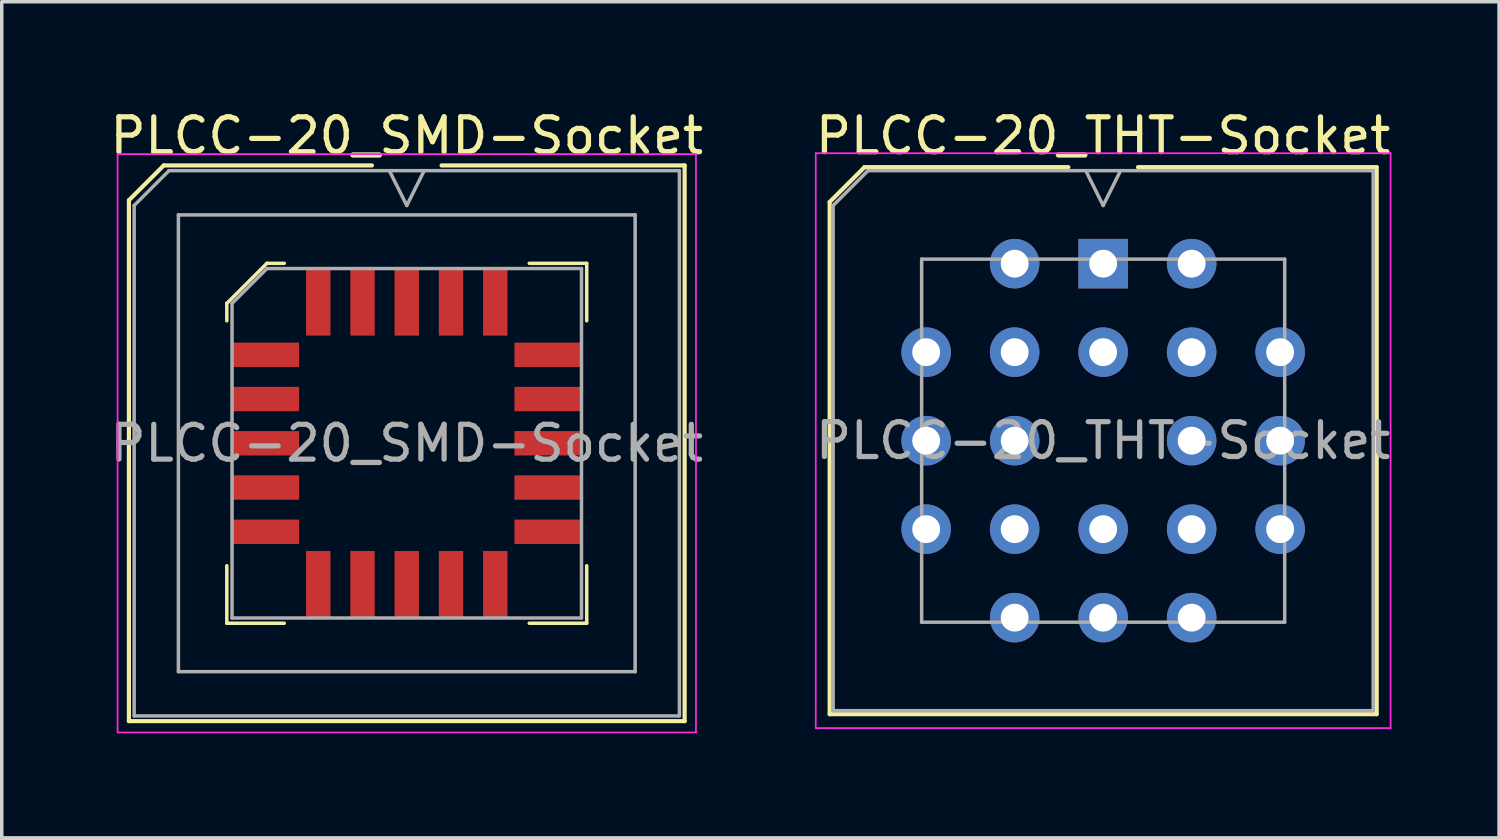
<source format=kicad_pcb>
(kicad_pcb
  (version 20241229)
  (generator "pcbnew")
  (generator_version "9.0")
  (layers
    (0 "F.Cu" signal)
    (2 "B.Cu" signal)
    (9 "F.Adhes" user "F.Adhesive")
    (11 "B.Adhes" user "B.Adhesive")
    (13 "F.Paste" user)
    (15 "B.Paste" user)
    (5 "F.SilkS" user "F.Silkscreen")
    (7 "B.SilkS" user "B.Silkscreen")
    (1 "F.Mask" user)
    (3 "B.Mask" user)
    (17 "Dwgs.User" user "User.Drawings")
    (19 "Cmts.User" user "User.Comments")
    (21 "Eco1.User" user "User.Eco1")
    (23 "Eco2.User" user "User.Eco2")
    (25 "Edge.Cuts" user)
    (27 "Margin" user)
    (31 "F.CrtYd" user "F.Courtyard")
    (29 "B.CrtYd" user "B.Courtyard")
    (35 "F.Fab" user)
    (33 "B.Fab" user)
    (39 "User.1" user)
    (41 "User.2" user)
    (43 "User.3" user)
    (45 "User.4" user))
  (footprint "PLCC-20_THT-Socket"
    (layer "F.Cu")
    (at 28.613 4.518)
    (property "Reference" "PLCC-20_THT-Socket" (at 0 -3.67 0) (layer "F.SilkS") (effects (font (size 1 1) (thickness 0.15))))
    (attr through_hole)
    (fp_line (start -7.85 -1.77) (end -7.85 12.93) (stroke (width 0.12) (type solid)) (layer "F.SilkS"))
    (fp_line (start -7.85 12.93) (end 7.85 12.93) (stroke (width 0.12) (type solid)) (layer "F.SilkS"))
    (fp_line (start -6.85 -2.77) (end -7.85 -1.77) (stroke (width 0.12) (type solid)) (layer "F.SilkS"))
    (fp_line (start -1 -2.77) (end -6.85 -2.77) (stroke (width 0.12) (type solid)) (layer "F.SilkS"))
    (fp_line (start 7.85 -2.77) (end 1 -2.77) (stroke (width 0.12) (type solid)) (layer "F.SilkS"))
    (fp_line (start 7.85 12.93) (end 7.85 -2.77) (stroke (width 0.12) (type solid)) (layer "F.SilkS"))
    (fp_line (start -8.25 -3.17) (end -8.25 13.33) (stroke (width 0.05) (type solid)) (layer "F.CrtYd"))
    (fp_line (start -8.25 13.33) (end 8.25 13.33) (stroke (width 0.05) (type solid)) (layer "F.CrtYd"))
    (fp_line (start 8.25 -3.17) (end -8.25 -3.17) (stroke (width 0.05) (type solid)) (layer "F.CrtYd"))
    (fp_line (start 8.25 13.33) (end 8.25 -3.17) (stroke (width 0.05) (type solid)) (layer "F.CrtYd"))
    (fp_line (start -7.75 -1.67) (end -7.75 12.83) (stroke (width 0.1) (type solid)) (layer "F.Fab"))
    (fp_line (start -7.75 12.83) (end 7.75 12.83) (stroke (width 0.1) (type solid)) (layer "F.Fab"))
    (fp_line (start -6.75 -2.67) (end -7.75 -1.67) (stroke (width 0.1) (type solid)) (layer "F.Fab"))
    (fp_line (start -5.21 -0.13) (end -5.21 10.29) (stroke (width 0.1) (type solid)) (layer "F.Fab"))
    (fp_line (start -5.21 10.29) (end 5.21 10.29) (stroke (width 0.1) (type solid)) (layer "F.Fab"))
    (fp_line (start -0.5 -2.67) (end 0 -1.67) (stroke (width 0.1) (type solid)) (layer "F.Fab"))
    (fp_line (start 0 -1.67) (end 0.5 -2.67) (stroke (width 0.1) (type solid)) (layer "F.Fab"))
    (fp_line (start 5.21 -0.13) (end -5.21 -0.13) (stroke (width 0.1) (type solid)) (layer "F.Fab"))
    (fp_line (start 5.21 10.29) (end 5.21 -0.13) (stroke (width 0.1) (type solid)) (layer "F.Fab"))
    (fp_line (start 7.75 -2.67) (end -6.75 -2.67) (stroke (width 0.1) (type solid)) (layer "F.Fab"))
    (fp_line (start 7.75 12.83) (end 7.75 -2.67) (stroke (width 0.1) (type solid)) (layer "F.Fab"))
    (fp_text user "${REFERENCE}" (at 0 5.08 0) (layer "F.Fab") (effects (font (size 1 1) (thickness 0.15))))
    (pad "1" thru_hole rect (at 0 0) (size 1.422 1.422) (drill 0.8) (layers "*.Cu" "*.Mask"))
    (pad "2" thru_hole circle (at 0 2.54) (size 1.422 1.422) (drill 0.8) (layers "*.Cu" "*.Mask"))
    (pad "3" thru_hole circle (at -2.54 0) (size 1.422 1.422) (drill 0.8) (layers "*.Cu" "*.Mask"))
    (pad "4" thru_hole circle (at -5.08 2.54) (size 1.422 1.422) (drill 0.8) (layers "*.Cu" "*.Mask"))
    (pad "5" thru_hole circle (at -2.54 2.54) (size 1.422 1.422) (drill 0.8) (layers "*.Cu" "*.Mask"))
    (pad "6" thru_hole circle (at -5.08 5.08) (size 1.422 1.422) (drill 0.8) (layers "*.Cu" "*.Mask"))
    (pad "7" thru_hole circle (at -2.54 5.08) (size 1.422 1.422) (drill 0.8) (layers "*.Cu" "*.Mask"))
    (pad "8" thru_hole circle (at -5.08 7.62) (size 1.422 1.422) (drill 0.8) (layers "*.Cu" "*.Mask"))
    (pad "9" thru_hole circle (at -2.54 10.16) (size 1.422 1.422) (drill 0.8) (layers "*.Cu" "*.Mask"))
    (pad "10" thru_hole circle (at -2.54 7.62) (size 1.422 1.422) (drill 0.8) (layers "*.Cu" "*.Mask"))
    (pad "11" thru_hole circle (at 0 10.16) (size 1.422 1.422) (drill 0.8) (layers "*.Cu" "*.Mask"))
    (pad "12" thru_hole circle (at 0 7.62) (size 1.422 1.422) (drill 0.8) (layers "*.Cu" "*.Mask"))
    (pad "13" thru_hole circle (at 2.54 10.16) (size 1.422 1.422) (drill 0.8) (layers "*.Cu" "*.Mask"))
    (pad "14" thru_hole circle (at 5.08 7.62) (size 1.422 1.422) (drill 0.8) (layers "*.Cu" "*.Mask"))
    (pad "15" thru_hole circle (at 2.54 7.62) (size 1.422 1.422) (drill 0.8) (layers "*.Cu" "*.Mask"))
    (pad "16" thru_hole circle (at 5.08 5.08) (size 1.422 1.422) (drill 0.8) (layers "*.Cu" "*.Mask"))
    (pad "17" thru_hole circle (at 2.54 5.08) (size 1.422 1.422) (drill 0.8) (layers "*.Cu" "*.Mask"))
    (pad "18" thru_hole circle (at 5.08 2.54) (size 1.422 1.422) (drill 0.8) (layers "*.Cu" "*.Mask"))
    (pad "19" thru_hole circle (at 2.54 0) (size 1.422 1.422) (drill 0.8) (layers "*.Cu" "*.Mask"))
    (pad "20" thru_hole circle (at 2.54 2.54) (size 1.422 1.422) (drill 0.8) (layers "*.Cu" "*.Mask")))
  (footprint "PLCC-20_SMD-Socket"
    (layer "F.Cu")
    (at 8.625 9.673)
    (property "Reference" "PLCC-20_SMD-Socket" (at 0 -8.825 0) (layer "F.SilkS") (effects (font (size 1 1) (thickness 0.15))))
    (attr smd)
    (fp_line (start -7.975 -6.975) (end -7.975 7.975) (stroke (width 0.12) (type solid)) (layer "F.SilkS"))
    (fp_line (start -7.975 7.975) (end 7.975 7.975) (stroke (width 0.12) (type solid)) (layer "F.SilkS"))
    (fp_line (start -6.975 -7.975) (end -7.975 -6.975) (stroke (width 0.12) (type solid)) (layer "F.SilkS"))
    (fp_line (start -5.165 -4.015) (end -5.165 -3.515) (stroke (width 0.1) (type solid)) (layer "F.SilkS"))
    (fp_line (start -5.165 5.165) (end -5.165 3.515) (stroke (width 0.1) (type solid)) (layer "F.SilkS"))
    (fp_line (start -4.015 -5.165) (end -5.165 -4.015) (stroke (width 0.1) (type solid)) (layer "F.SilkS"))
    (fp_line (start -3.515 -5.165) (end -4.015 -5.165) (stroke (width 0.1) (type solid)) (layer "F.SilkS"))
    (fp_line (start -3.515 5.165) (end -5.165 5.165) (stroke (width 0.1) (type solid)) (layer "F.SilkS"))
    (fp_line (start -1 -7.975) (end -6.975 -7.975) (stroke (width 0.12) (type solid)) (layer "F.SilkS"))
    (fp_line (start 3.515 -5.165) (end 5.165 -5.165) (stroke (width 0.1) (type solid)) (layer "F.SilkS"))
    (fp_line (start 3.515 5.165) (end 5.165 5.165) (stroke (width 0.1) (type solid)) (layer "F.SilkS"))
    (fp_line (start 5.165 -5.165) (end 5.165 -3.515) (stroke (width 0.1) (type solid)) (layer "F.SilkS"))
    (fp_line (start 5.165 5.165) (end 5.165 3.515) (stroke (width 0.1) (type solid)) (layer "F.SilkS"))
    (fp_line (start 7.975 -7.975) (end 1 -7.975) (stroke (width 0.12) (type solid)) (layer "F.SilkS"))
    (fp_line (start 7.975 7.975) (end 7.975 -7.975) (stroke (width 0.12) (type solid)) (layer "F.SilkS"))
    (fp_line (start -8.3 -8.3) (end -8.3 8.3) (stroke (width 0.05) (type solid)) (layer "F.CrtYd"))
    (fp_line (start -8.3 8.3) (end 8.3 8.3) (stroke (width 0.05) (type solid)) (layer "F.CrtYd"))
    (fp_line (start 8.3 -8.3) (end -8.3 -8.3) (stroke (width 0.05) (type solid)) (layer "F.CrtYd"))
    (fp_line (start 8.3 8.3) (end 8.3 -8.3) (stroke (width 0.05) (type solid)) (layer "F.CrtYd"))
    (fp_line (start -7.825 -6.825) (end -7.825 7.825) (stroke (width 0.1) (type solid)) (layer "F.Fab"))
    (fp_line (start -7.825 7.825) (end 7.825 7.825) (stroke (width 0.1) (type solid)) (layer "F.Fab"))
    (fp_line (start -6.825 -7.825) (end -7.825 -6.825) (stroke (width 0.1) (type solid)) (layer "F.Fab"))
    (fp_line (start -6.555 -6.555) (end -6.555 6.555) (stroke (width 0.1) (type solid)) (layer "F.Fab"))
    (fp_line (start -6.555 6.555) (end 6.555 6.555) (stroke (width 0.1) (type solid)) (layer "F.Fab"))
    (fp_line (start -5.015 -4.015) (end -5.015 5.015) (stroke (width 0.1) (type solid)) (layer "F.Fab"))
    (fp_line (start -5.015 5.015) (end 5.015 5.015) (stroke (width 0.1) (type solid)) (layer "F.Fab"))
    (fp_line (start -4.015 -5.015) (end -5.015 -4.015) (stroke (width 0.1) (type solid)) (layer "F.Fab"))
    (fp_line (start -0.5 -7.825) (end 0 -6.825) (stroke (width 0.1) (type solid)) (layer "F.Fab"))
    (fp_line (start 0 -6.825) (end 0.5 -7.825) (stroke (width 0.1) (type solid)) (layer "F.Fab"))
    (fp_line (start 5.015 -5.015) (end -4.015 -5.015) (stroke (width 0.1) (type solid)) (layer "F.Fab"))
    (fp_line (start 5.015 5.015) (end 5.015 -5.015) (stroke (width 0.1) (type solid)) (layer "F.Fab"))
    (fp_line (start 6.555 -6.555) (end -6.555 -6.555) (stroke (width 0.1) (type solid)) (layer "F.Fab"))
    (fp_line (start 6.555 6.555) (end 6.555 -6.555) (stroke (width 0.1) (type solid)) (layer "F.Fab"))
    (fp_line (start 7.825 -7.825) (end -6.825 -7.825) (stroke (width 0.1) (type solid)) (layer "F.Fab"))
    (fp_line (start 7.825 7.825) (end 7.825 -7.825) (stroke (width 0.1) (type solid)) (layer "F.Fab"))
    (fp_text user "${REFERENCE}" (at 0 0 0) (layer "F.Fab") (effects (font (size 1 1) (thickness 0.15))))
    (pad "1" smd rect (at 0 -4.053) (size 0.7 1.925) (layers "F.Cu" "F.Mask" "F.Paste"))
    (pad "2" smd rect (at -1.27 -4.053) (size 0.7 1.925) (layers "F.Cu" "F.Mask" "F.Paste"))
    (pad "3" smd rect (at -2.54 -4.053) (size 0.7 1.925) (layers "F.Cu" "F.Mask" "F.Paste"))
    (pad "4" smd rect (at -4.053 -2.54) (size 1.925 0.7) (layers "F.Cu" "F.Mask" "F.Paste"))
    (pad "5" smd rect (at -4.053 -1.27) (size 1.925 0.7) (layers "F.Cu" "F.Mask" "F.Paste"))
    (pad "6" smd rect (at -4.053 0) (size 1.925 0.7) (layers "F.Cu" "F.Mask" "F.Paste"))
    (pad "7" smd rect (at -4.053 1.27) (size 1.925 0.7) (layers "F.Cu" "F.Mask" "F.Paste"))
    (pad "8" smd rect (at -4.053 2.54) (size 1.925 0.7) (layers "F.Cu" "F.Mask" "F.Paste"))
    (pad "9" smd rect (at -2.54 4.053) (size 0.7 1.925) (layers "F.Cu" "F.Mask" "F.Paste"))
    (pad "10" smd rect (at -1.27 4.053) (size 0.7 1.925) (layers "F.Cu" "F.Mask" "F.Paste"))
    (pad "11" smd rect (at 0 4.053) (size 0.7 1.925) (layers "F.Cu" "F.Mask" "F.Paste"))
    (pad "12" smd rect (at 1.27 4.053) (size 0.7 1.925) (layers "F.Cu" "F.Mask" "F.Paste"))
    (pad "13" smd rect (at 2.54 4.053) (size 0.7 1.925) (layers "F.Cu" "F.Mask" "F.Paste"))
    (pad "14" smd rect (at 4.053 2.54) (size 1.925 0.7) (layers "F.Cu" "F.Mask" "F.Paste"))
    (pad "15" smd rect (at 4.053 1.27) (size 1.925 0.7) (layers "F.Cu" "F.Mask" "F.Paste"))
    (pad "16" smd rect (at 4.053 0) (size 1.925 0.7) (layers "F.Cu" "F.Mask" "F.Paste"))
    (pad "17" smd rect (at 4.053 -1.27) (size 1.925 0.7) (layers "F.Cu" "F.Mask" "F.Paste"))
    (pad "18" smd rect (at 4.053 -2.54) (size 1.925 0.7) (layers "F.Cu" "F.Mask" "F.Paste"))
    (pad "19" smd rect (at 2.54 -4.053) (size 0.7 1.925) (layers "F.Cu" "F.Mask" "F.Paste"))
    (pad "20" smd rect (at 1.27 -4.053) (size 0.7 1.925) (layers "F.Cu" "F.Mask" "F.Paste")))
  (gr_rect
    (start -3 -3)
    (end 39.976 20.998)
    (stroke (width 0.1) (type default))
    (fill no)
    (layer "Edge.Cuts")))
</source>
